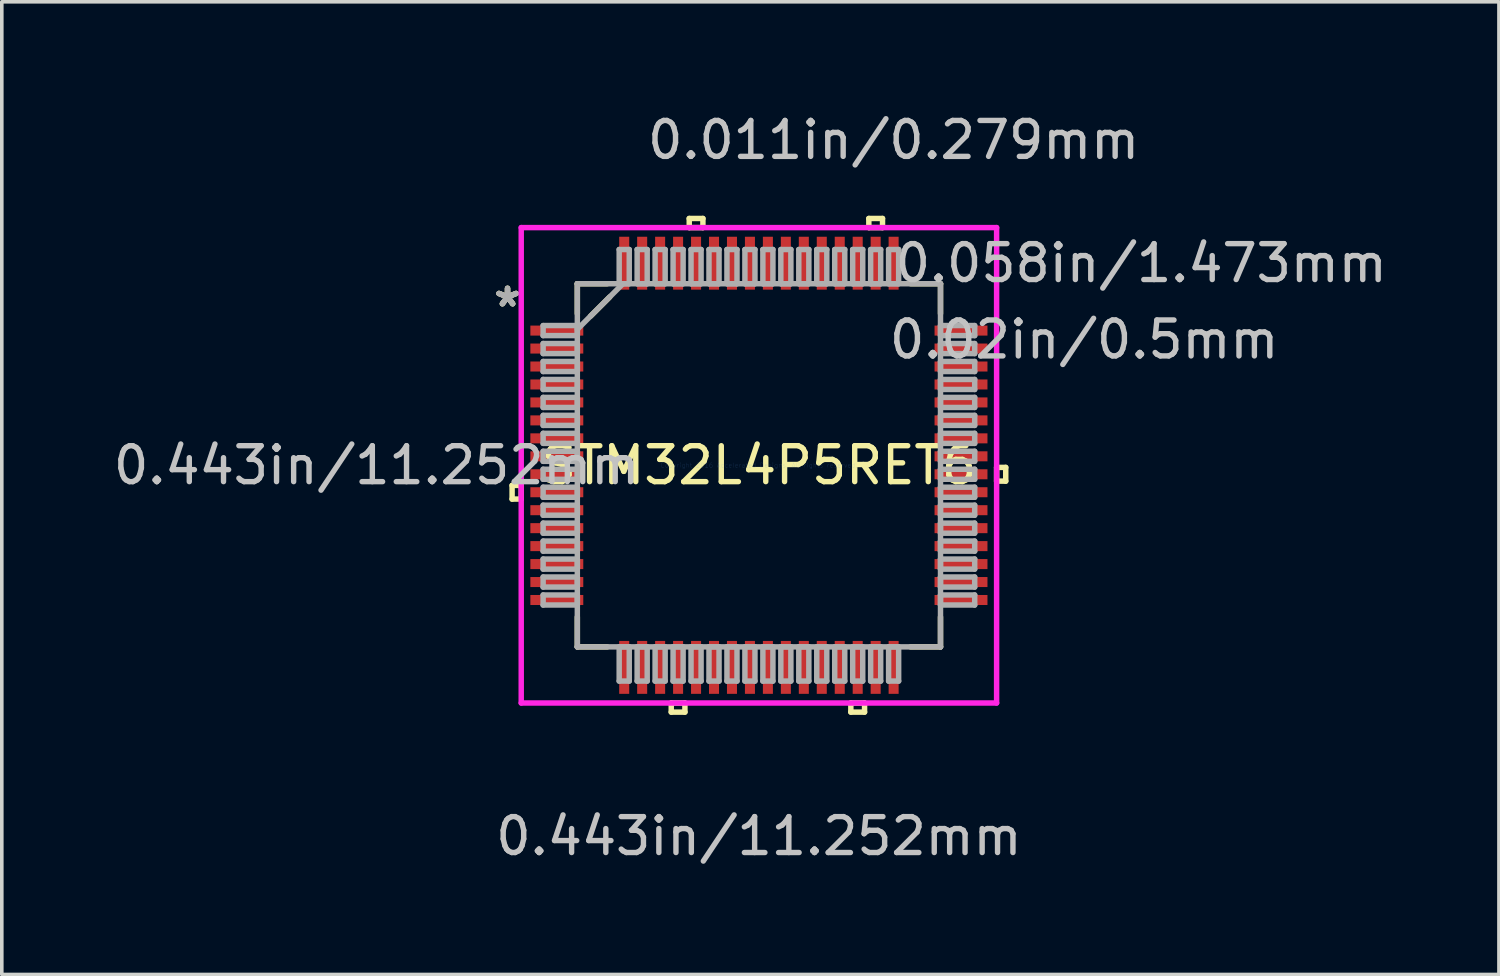
<source format=kicad_pcb>
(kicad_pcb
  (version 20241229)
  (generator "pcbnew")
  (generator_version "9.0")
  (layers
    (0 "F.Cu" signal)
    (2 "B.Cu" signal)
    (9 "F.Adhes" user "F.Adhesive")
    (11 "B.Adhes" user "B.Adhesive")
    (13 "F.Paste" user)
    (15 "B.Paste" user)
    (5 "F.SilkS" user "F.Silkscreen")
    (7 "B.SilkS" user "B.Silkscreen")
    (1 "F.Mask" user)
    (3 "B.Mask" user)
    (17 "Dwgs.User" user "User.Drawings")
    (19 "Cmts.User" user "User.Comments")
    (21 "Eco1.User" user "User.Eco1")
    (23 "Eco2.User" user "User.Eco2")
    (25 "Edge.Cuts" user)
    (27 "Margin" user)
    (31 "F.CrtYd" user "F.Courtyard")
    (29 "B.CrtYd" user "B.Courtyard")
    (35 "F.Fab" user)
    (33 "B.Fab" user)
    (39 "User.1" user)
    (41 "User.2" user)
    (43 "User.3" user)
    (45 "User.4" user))
  (footprint "STM32L4P5RET6"
    (layer "F.Cu")
    (at 18.077 9.903)
    (property "Reference" "STM32L4P5RET6" (at 0 0 0) (layer "F.SilkS") (effects (font (size 1 1) (thickness 0.15))))
    (attr through_hole)
    (fp_line (start -6.871 0.56) (end -6.871 0.941) (stroke (width 0.152) (type solid)) (layer "F.SilkS"))
    (fp_line (start -6.871 0.941) (end -6.617 0.941) (stroke (width 0.152) (type solid)) (layer "F.SilkS"))
    (fp_line (start -6.617 0.56) (end -6.871 0.56) (stroke (width 0.152) (type solid)) (layer "F.SilkS"))
    (fp_line (start -6.617 0.941) (end -6.617 0.56) (stroke (width 0.152) (type solid)) (layer "F.SilkS"))
    (fp_line (start -5.055 -5.055) (end -5.055 -4.222) (stroke (width 0.152) (type solid)) (layer "F.SilkS"))
    (fp_line (start -5.055 4.222) (end -5.055 5.055) (stroke (width 0.152) (type solid)) (layer "F.SilkS"))
    (fp_line (start -5.055 5.055) (end -4.222 5.055) (stroke (width 0.152) (type solid)) (layer "F.SilkS"))
    (fp_line (start -4.686 -4.153) (end -4.153 -4.686) (stroke (width 0.152) (type solid)) (layer "F.SilkS"))
    (fp_line (start -4.222 -5.055) (end -5.055 -5.055) (stroke (width 0.152) (type solid)) (layer "F.SilkS"))
    (fp_line (start -2.441 6.617) (end -2.441 6.871) (stroke (width 0.152) (type solid)) (layer "F.SilkS"))
    (fp_line (start -2.441 6.871) (end -2.06 6.871) (stroke (width 0.152) (type solid)) (layer "F.SilkS"))
    (fp_line (start -2.06 6.617) (end -2.441 6.617) (stroke (width 0.152) (type solid)) (layer "F.SilkS"))
    (fp_line (start -2.06 6.871) (end -2.06 6.617) (stroke (width 0.152) (type solid)) (layer "F.SilkS"))
    (fp_line (start -1.94 -6.871) (end -1.559 -6.871) (stroke (width 0.152) (type solid)) (layer "F.SilkS"))
    (fp_line (start -1.94 -6.617) (end -1.94 -6.871) (stroke (width 0.152) (type solid)) (layer "F.SilkS"))
    (fp_line (start -1.559 -6.871) (end -1.559 -6.617) (stroke (width 0.152) (type solid)) (layer "F.SilkS"))
    (fp_line (start -1.559 -6.617) (end -1.94 -6.617) (stroke (width 0.152) (type solid)) (layer "F.SilkS"))
    (fp_line (start 2.559 6.617) (end 2.559 6.871) (stroke (width 0.152) (type solid)) (layer "F.SilkS"))
    (fp_line (start 2.559 6.871) (end 2.941 6.871) (stroke (width 0.152) (type solid)) (layer "F.SilkS"))
    (fp_line (start 2.941 6.617) (end 2.559 6.617) (stroke (width 0.152) (type solid)) (layer "F.SilkS"))
    (fp_line (start 2.941 6.871) (end 2.941 6.617) (stroke (width 0.152) (type solid)) (layer "F.SilkS"))
    (fp_line (start 3.06 -6.871) (end 3.441 -6.871) (stroke (width 0.152) (type solid)) (layer "F.SilkS"))
    (fp_line (start 3.06 -6.617) (end 3.06 -6.871) (stroke (width 0.152) (type solid)) (layer "F.SilkS"))
    (fp_line (start 3.441 -6.871) (end 3.441 -6.617) (stroke (width 0.152) (type solid)) (layer "F.SilkS"))
    (fp_line (start 3.441 -6.617) (end 3.06 -6.617) (stroke (width 0.152) (type solid)) (layer "F.SilkS"))
    (fp_line (start 4.222 5.055) (end 5.055 5.055) (stroke (width 0.152) (type solid)) (layer "F.SilkS"))
    (fp_line (start 5.055 -5.055) (end 4.222 -5.055) (stroke (width 0.152) (type solid)) (layer "F.SilkS"))
    (fp_line (start 5.055 -4.222) (end 5.055 -5.055) (stroke (width 0.152) (type solid)) (layer "F.SilkS"))
    (fp_line (start 5.055 5.055) (end 5.055 4.222) (stroke (width 0.152) (type solid)) (layer "F.SilkS"))
    (fp_line (start 6.617 0.059) (end 6.871 0.059) (stroke (width 0.152) (type solid)) (layer "F.SilkS"))
    (fp_line (start 6.617 0.441) (end 6.617 0.059) (stroke (width 0.152) (type solid)) (layer "F.SilkS"))
    (fp_line (start 6.871 0.059) (end 6.871 0.441) (stroke (width 0.152) (type solid)) (layer "F.SilkS"))
    (fp_line (start 6.871 0.441) (end 6.617 0.441) (stroke (width 0.152) (type solid)) (layer "F.SilkS"))
    (fp_line (start -6.617 -6.617) (end 6.617 -6.617) (stroke (width 0.152) (type solid)) (layer "F.CrtYd"))
    (fp_line (start -6.617 6.617) (end -6.617 -6.617) (stroke (width 0.152) (type solid)) (layer "F.CrtYd"))
    (fp_line (start 6.617 -6.617) (end 6.617 6.617) (stroke (width 0.152) (type solid)) (layer "F.CrtYd"))
    (fp_line (start 6.617 6.617) (end -6.617 6.617) (stroke (width 0.152) (type solid)) (layer "F.CrtYd"))
    (fp_line (start -6.007 -3.89) (end -6.007 -3.61) (stroke (width 0.152) (type solid)) (layer "F.Fab"))
    (fp_line (start -6.007 -3.61) (end -5.055 -3.61) (stroke (width 0.152) (type solid)) (layer "F.Fab"))
    (fp_line (start -6.007 -3.39) (end -6.007 -3.11) (stroke (width 0.152) (type solid)) (layer "F.Fab"))
    (fp_line (start -6.007 -3.11) (end -5.055 -3.11) (stroke (width 0.152) (type solid)) (layer "F.Fab"))
    (fp_line (start -6.007 -2.89) (end -6.007 -2.61) (stroke (width 0.152) (type solid)) (layer "F.Fab"))
    (fp_line (start -6.007 -2.61) (end -5.055 -2.61) (stroke (width 0.152) (type solid)) (layer "F.Fab"))
    (fp_line (start -6.007 -2.39) (end -6.007 -2.11) (stroke (width 0.152) (type solid)) (layer "F.Fab"))
    (fp_line (start -6.007 -2.11) (end -5.055 -2.11) (stroke (width 0.152) (type solid)) (layer "F.Fab"))
    (fp_line (start -6.007 -1.89) (end -6.007 -1.61) (stroke (width 0.152) (type solid)) (layer "F.Fab"))
    (fp_line (start -6.007 -1.61) (end -5.055 -1.61) (stroke (width 0.152) (type solid)) (layer "F.Fab"))
    (fp_line (start -6.007 -1.39) (end -6.007 -1.11) (stroke (width 0.152) (type solid)) (layer "F.Fab"))
    (fp_line (start -6.007 -1.11) (end -5.055 -1.11) (stroke (width 0.152) (type solid)) (layer "F.Fab"))
    (fp_line (start -6.007 -0.89) (end -6.007 -0.61) (stroke (width 0.152) (type solid)) (layer "F.Fab"))
    (fp_line (start -6.007 -0.61) (end -5.055 -0.61) (stroke (width 0.152) (type solid)) (layer "F.Fab"))
    (fp_line (start -6.007 -0.39) (end -6.007 -0.11) (stroke (width 0.152) (type solid)) (layer "F.Fab"))
    (fp_line (start -6.007 -0.11) (end -5.055 -0.11) (stroke (width 0.152) (type solid)) (layer "F.Fab"))
    (fp_line (start -6.007 0.11) (end -6.007 0.39) (stroke (width 0.152) (type solid)) (layer "F.Fab"))
    (fp_line (start -6.007 0.39) (end -5.055 0.39) (stroke (width 0.152) (type solid)) (layer "F.Fab"))
    (fp_line (start -6.007 0.61) (end -6.007 0.89) (stroke (width 0.152) (type solid)) (layer "F.Fab"))
    (fp_line (start -6.007 0.89) (end -5.055 0.89) (stroke (width 0.152) (type solid)) (layer "F.Fab"))
    (fp_line (start -6.007 1.11) (end -6.007 1.39) (stroke (width 0.152) (type solid)) (layer "F.Fab"))
    (fp_line (start -6.007 1.39) (end -5.055 1.39) (stroke (width 0.152) (type solid)) (layer "F.Fab"))
    (fp_line (start -6.007 1.61) (end -6.007 1.89) (stroke (width 0.152) (type solid)) (layer "F.Fab"))
    (fp_line (start -6.007 1.89) (end -5.055 1.89) (stroke (width 0.152) (type solid)) (layer "F.Fab"))
    (fp_line (start -6.007 2.11) (end -6.007 2.39) (stroke (width 0.152) (type solid)) (layer "F.Fab"))
    (fp_line (start -6.007 2.39) (end -5.055 2.39) (stroke (width 0.152) (type solid)) (layer "F.Fab"))
    (fp_line (start -6.007 2.61) (end -6.007 2.89) (stroke (width 0.152) (type solid)) (layer "F.Fab"))
    (fp_line (start -6.007 2.89) (end -5.055 2.89) (stroke (width 0.152) (type solid)) (layer "F.Fab"))
    (fp_line (start -6.007 3.11) (end -6.007 3.39) (stroke (width 0.152) (type solid)) (layer "F.Fab"))
    (fp_line (start -6.007 3.39) (end -5.055 3.39) (stroke (width 0.152) (type solid)) (layer "F.Fab"))
    (fp_line (start -6.007 3.61) (end -6.007 3.89) (stroke (width 0.152) (type solid)) (layer "F.Fab"))
    (fp_line (start -6.007 3.89) (end -5.055 3.89) (stroke (width 0.152) (type solid)) (layer "F.Fab"))
    (fp_line (start -5.055 -5.055) (end -5.055 -5.055) (stroke (width 0.152) (type solid)) (layer "F.Fab"))
    (fp_line (start -5.055 -5.055) (end -5.055 5.055) (stroke (width 0.152) (type solid)) (layer "F.Fab"))
    (fp_line (start -5.055 -3.89) (end -6.007 -3.89) (stroke (width 0.152) (type solid)) (layer "F.Fab"))
    (fp_line (start -5.055 -3.785) (end -3.785 -5.055) (stroke (width 0.152) (type solid)) (layer "F.Fab"))
    (fp_line (start -5.055 -3.61) (end -5.055 -3.89) (stroke (width 0.152) (type solid)) (layer "F.Fab"))
    (fp_line (start -5.055 -3.39) (end -6.007 -3.39) (stroke (width 0.152) (type solid)) (layer "F.Fab"))
    (fp_line (start -5.055 -3.11) (end -5.055 -3.39) (stroke (width 0.152) (type solid)) (layer "F.Fab"))
    (fp_line (start -5.055 -2.89) (end -6.007 -2.89) (stroke (width 0.152) (type solid)) (layer "F.Fab"))
    (fp_line (start -5.055 -2.61) (end -5.055 -2.89) (stroke (width 0.152) (type solid)) (layer "F.Fab"))
    (fp_line (start -5.055 -2.39) (end -6.007 -2.39) (stroke (width 0.152) (type solid)) (layer "F.Fab"))
    (fp_line (start -5.055 -2.11) (end -5.055 -2.39) (stroke (width 0.152) (type solid)) (layer "F.Fab"))
    (fp_line (start -5.055 -1.89) (end -6.007 -1.89) (stroke (width 0.152) (type solid)) (layer "F.Fab"))
    (fp_line (start -5.055 -1.61) (end -5.055 -1.89) (stroke (width 0.152) (type solid)) (layer "F.Fab"))
    (fp_line (start -5.055 -1.39) (end -6.007 -1.39) (stroke (width 0.152) (type solid)) (layer "F.Fab"))
    (fp_line (start -5.055 -1.11) (end -5.055 -1.39) (stroke (width 0.152) (type solid)) (layer "F.Fab"))
    (fp_line (start -5.055 -0.89) (end -6.007 -0.89) (stroke (width 0.152) (type solid)) (layer "F.Fab"))
    (fp_line (start -5.055 -0.61) (end -5.055 -0.89) (stroke (width 0.152) (type solid)) (layer "F.Fab"))
    (fp_line (start -5.055 -0.39) (end -6.007 -0.39) (stroke (width 0.152) (type solid)) (layer "F.Fab"))
    (fp_line (start -5.055 -0.11) (end -5.055 -0.39) (stroke (width 0.152) (type solid)) (layer "F.Fab"))
    (fp_line (start -5.055 0.11) (end -6.007 0.11) (stroke (width 0.152) (type solid)) (layer "F.Fab"))
    (fp_line (start -5.055 0.39) (end -5.055 0.11) (stroke (width 0.152) (type solid)) (layer "F.Fab"))
    (fp_line (start -5.055 0.61) (end -6.007 0.61) (stroke (width 0.152) (type solid)) (layer "F.Fab"))
    (fp_line (start -5.055 0.89) (end -5.055 0.61) (stroke (width 0.152) (type solid)) (layer "F.Fab"))
    (fp_line (start -5.055 1.11) (end -6.007 1.11) (stroke (width 0.152) (type solid)) (layer "F.Fab"))
    (fp_line (start -5.055 1.39) (end -5.055 1.11) (stroke (width 0.152) (type solid)) (layer "F.Fab"))
    (fp_line (start -5.055 1.61) (end -6.007 1.61) (stroke (width 0.152) (type solid)) (layer "F.Fab"))
    (fp_line (start -5.055 1.89) (end -5.055 1.61) (stroke (width 0.152) (type solid)) (layer "F.Fab"))
    (fp_line (start -5.055 2.11) (end -6.007 2.11) (stroke (width 0.152) (type solid)) (layer "F.Fab"))
    (fp_line (start -5.055 2.39) (end -5.055 2.11) (stroke (width 0.152) (type solid)) (layer "F.Fab"))
    (fp_line (start -5.055 2.61) (end -6.007 2.61) (stroke (width 0.152) (type solid)) (layer "F.Fab"))
    (fp_line (start -5.055 2.89) (end -5.055 2.61) (stroke (width 0.152) (type solid)) (layer "F.Fab"))
    (fp_line (start -5.055 3.11) (end -6.007 3.11) (stroke (width 0.152) (type solid)) (layer "F.Fab"))
    (fp_line (start -5.055 3.39) (end -5.055 3.11) (stroke (width 0.152) (type solid)) (layer "F.Fab"))
    (fp_line (start -5.055 3.61) (end -6.007 3.61) (stroke (width 0.152) (type solid)) (layer "F.Fab"))
    (fp_line (start -5.055 3.89) (end -5.055 3.61) (stroke (width 0.152) (type solid)) (layer "F.Fab"))
    (fp_line (start -5.055 5.055) (end -5.055 5.055) (stroke (width 0.152) (type solid)) (layer "F.Fab"))
    (fp_line (start -5.055 5.055) (end 5.055 5.055) (stroke (width 0.152) (type solid)) (layer "F.Fab"))
    (fp_line (start -3.89 -6.007) (end -3.89 -5.055) (stroke (width 0.152) (type solid)) (layer "F.Fab"))
    (fp_line (start -3.89 -5.055) (end -3.61 -5.055) (stroke (width 0.152) (type solid)) (layer "F.Fab"))
    (fp_line (start -3.89 5.055) (end -3.89 6.007) (stroke (width 0.152) (type solid)) (layer "F.Fab"))
    (fp_line (start -3.89 6.007) (end -3.61 6.007) (stroke (width 0.152) (type solid)) (layer "F.Fab"))
    (fp_line (start -3.61 -6.007) (end -3.89 -6.007) (stroke (width 0.152) (type solid)) (layer "F.Fab"))
    (fp_line (start -3.61 -5.055) (end -3.61 -6.007) (stroke (width 0.152) (type solid)) (layer "F.Fab"))
    (fp_line (start -3.61 5.055) (end -3.89 5.055) (stroke (width 0.152) (type solid)) (layer "F.Fab"))
    (fp_line (start -3.61 6.007) (end -3.61 5.055) (stroke (width 0.152) (type solid)) (layer "F.Fab"))
    (fp_line (start -3.39 -6.007) (end -3.39 -5.055) (stroke (width 0.152) (type solid)) (layer "F.Fab"))
    (fp_line (start -3.39 -5.055) (end -3.11 -5.055) (stroke (width 0.152) (type solid)) (layer "F.Fab"))
    (fp_line (start -3.39 5.055) (end -3.39 6.007) (stroke (width 0.152) (type solid)) (layer "F.Fab"))
    (fp_line (start -3.39 6.007) (end -3.11 6.007) (stroke (width 0.152) (type solid)) (layer "F.Fab"))
    (fp_line (start -3.11 -6.007) (end -3.39 -6.007) (stroke (width 0.152) (type solid)) (layer "F.Fab"))
    (fp_line (start -3.11 -5.055) (end -3.11 -6.007) (stroke (width 0.152) (type solid)) (layer "F.Fab"))
    (fp_line (start -3.11 5.055) (end -3.39 5.055) (stroke (width 0.152) (type solid)) (layer "F.Fab"))
    (fp_line (start -3.11 6.007) (end -3.11 5.055) (stroke (width 0.152) (type solid)) (layer "F.Fab"))
    (fp_line (start -2.89 -6.007) (end -2.89 -5.055) (stroke (width 0.152) (type solid)) (layer "F.Fab"))
    (fp_line (start -2.89 -5.055) (end -2.61 -5.055) (stroke (width 0.152) (type solid)) (layer "F.Fab"))
    (fp_line (start -2.89 5.055) (end -2.89 6.007) (stroke (width 0.152) (type solid)) (layer "F.Fab"))
    (fp_line (start -2.89 6.007) (end -2.61 6.007) (stroke (width 0.152) (type solid)) (layer "F.Fab"))
    (fp_line (start -2.61 -6.007) (end -2.89 -6.007) (stroke (width 0.152) (type solid)) (layer "F.Fab"))
    (fp_line (start -2.61 -5.055) (end -2.61 -6.007) (stroke (width 0.152) (type solid)) (layer "F.Fab"))
    (fp_line (start -2.61 5.055) (end -2.89 5.055) (stroke (width 0.152) (type solid)) (layer "F.Fab"))
    (fp_line (start -2.61 6.007) (end -2.61 5.055) (stroke (width 0.152) (type solid)) (layer "F.Fab"))
    (fp_line (start -2.39 -6.007) (end -2.39 -5.055) (stroke (width 0.152) (type solid)) (layer "F.Fab"))
    (fp_line (start -2.39 -5.055) (end -2.11 -5.055) (stroke (width 0.152) (type solid)) (layer "F.Fab"))
    (fp_line (start -2.39 5.055) (end -2.39 6.007) (stroke (width 0.152) (type solid)) (layer "F.Fab"))
    (fp_line (start -2.39 6.007) (end -2.11 6.007) (stroke (width 0.152) (type solid)) (layer "F.Fab"))
    (fp_line (start -2.11 -6.007) (end -2.39 -6.007) (stroke (width 0.152) (type solid)) (layer "F.Fab"))
    (fp_line (start -2.11 -5.055) (end -2.11 -6.007) (stroke (width 0.152) (type solid)) (layer "F.Fab"))
    (fp_line (start -2.11 5.055) (end -2.39 5.055) (stroke (width 0.152) (type solid)) (layer "F.Fab"))
    (fp_line (start -2.11 6.007) (end -2.11 5.055) (stroke (width 0.152) (type solid)) (layer "F.Fab"))
    (fp_line (start -1.89 -6.007) (end -1.89 -5.055) (stroke (width 0.152) (type solid)) (layer "F.Fab"))
    (fp_line (start -1.89 -5.055) (end -1.61 -5.055) (stroke (width 0.152) (type solid)) (layer "F.Fab"))
    (fp_line (start -1.89 5.055) (end -1.89 6.007) (stroke (width 0.152) (type solid)) (layer "F.Fab"))
    (fp_line (start -1.89 6.007) (end -1.61 6.007) (stroke (width 0.152) (type solid)) (layer "F.Fab"))
    (fp_line (start -1.61 -6.007) (end -1.89 -6.007) (stroke (width 0.152) (type solid)) (layer "F.Fab"))
    (fp_line (start -1.61 -5.055) (end -1.61 -6.007) (stroke (width 0.152) (type solid)) (layer "F.Fab"))
    (fp_line (start -1.61 5.055) (end -1.89 5.055) (stroke (width 0.152) (type solid)) (layer "F.Fab"))
    (fp_line (start -1.61 6.007) (end -1.61 5.055) (stroke (width 0.152) (type solid)) (layer "F.Fab"))
    (fp_line (start -1.39 -6.007) (end -1.39 -5.055) (stroke (width 0.152) (type solid)) (layer "F.Fab"))
    (fp_line (start -1.39 -5.055) (end -1.11 -5.055) (stroke (width 0.152) (type solid)) (layer "F.Fab"))
    (fp_line (start -1.39 5.055) (end -1.39 6.007) (stroke (width 0.152) (type solid)) (layer "F.Fab"))
    (fp_line (start -1.39 6.007) (end -1.11 6.007) (stroke (width 0.152) (type solid)) (layer "F.Fab"))
    (fp_line (start -1.11 -6.007) (end -1.39 -6.007) (stroke (width 0.152) (type solid)) (layer "F.Fab"))
    (fp_line (start -1.11 -5.055) (end -1.11 -6.007) (stroke (width 0.152) (type solid)) (layer "F.Fab"))
    (fp_line (start -1.11 5.055) (end -1.39 5.055) (stroke (width 0.152) (type solid)) (layer "F.Fab"))
    (fp_line (start -1.11 6.007) (end -1.11 5.055) (stroke (width 0.152) (type solid)) (layer "F.Fab"))
    (fp_line (start -0.89 -6.007) (end -0.89 -5.055) (stroke (width 0.152) (type solid)) (layer "F.Fab"))
    (fp_line (start -0.89 -5.055) (end -0.61 -5.055) (stroke (width 0.152) (type solid)) (layer "F.Fab"))
    (fp_line (start -0.89 5.055) (end -0.89 6.007) (stroke (width 0.152) (type solid)) (layer "F.Fab"))
    (fp_line (start -0.89 6.007) (end -0.61 6.007) (stroke (width 0.152) (type solid)) (layer "F.Fab"))
    (fp_line (start -0.61 -6.007) (end -0.89 -6.007) (stroke (width 0.152) (type solid)) (layer "F.Fab"))
    (fp_line (start -0.61 -5.055) (end -0.61 -6.007) (stroke (width 0.152) (type solid)) (layer "F.Fab"))
    (fp_line (start -0.61 5.055) (end -0.89 5.055) (stroke (width 0.152) (type solid)) (layer "F.Fab"))
    (fp_line (start -0.61 6.007) (end -0.61 5.055) (stroke (width 0.152) (type solid)) (layer "F.Fab"))
    (fp_line (start -0.39 -6.007) (end -0.39 -5.055) (stroke (width 0.152) (type solid)) (layer "F.Fab"))
    (fp_line (start -0.39 -5.055) (end -0.11 -5.055) (stroke (width 0.152) (type solid)) (layer "F.Fab"))
    (fp_line (start -0.39 5.055) (end -0.39 6.007) (stroke (width 0.152) (type solid)) (layer "F.Fab"))
    (fp_line (start -0.39 6.007) (end -0.11 6.007) (stroke (width 0.152) (type solid)) (layer "F.Fab"))
    (fp_line (start -0.11 -6.007) (end -0.39 -6.007) (stroke (width 0.152) (type solid)) (layer "F.Fab"))
    (fp_line (start -0.11 -5.055) (end -0.11 -6.007) (stroke (width 0.152) (type solid)) (layer "F.Fab"))
    (fp_line (start -0.11 5.055) (end -0.39 5.055) (stroke (width 0.152) (type solid)) (layer "F.Fab"))
    (fp_line (start -0.11 6.007) (end -0.11 5.055) (stroke (width 0.152) (type solid)) (layer "F.Fab"))
    (fp_line (start 0.11 -6.007) (end 0.11 -5.055) (stroke (width 0.152) (type solid)) (layer "F.Fab"))
    (fp_line (start 0.11 -5.055) (end 0.39 -5.055) (stroke (width 0.152) (type solid)) (layer "F.Fab"))
    (fp_line (start 0.11 5.055) (end 0.11 6.007) (stroke (width 0.152) (type solid)) (layer "F.Fab"))
    (fp_line (start 0.11 6.007) (end 0.39 6.007) (stroke (width 0.152) (type solid)) (layer "F.Fab"))
    (fp_line (start 0.39 -6.007) (end 0.11 -6.007) (stroke (width 0.152) (type solid)) (layer "F.Fab"))
    (fp_line (start 0.39 -5.055) (end 0.39 -6.007) (stroke (width 0.152) (type solid)) (layer "F.Fab"))
    (fp_line (start 0.39 5.055) (end 0.11 5.055) (stroke (width 0.152) (type solid)) (layer "F.Fab"))
    (fp_line (start 0.39 6.007) (end 0.39 5.055) (stroke (width 0.152) (type solid)) (layer "F.Fab"))
    (fp_line (start 0.61 -6.007) (end 0.61 -5.055) (stroke (width 0.152) (type solid)) (layer "F.Fab"))
    (fp_line (start 0.61 -5.055) (end 0.89 -5.055) (stroke (width 0.152) (type solid)) (layer "F.Fab"))
    (fp_line (start 0.61 5.055) (end 0.61 6.007) (stroke (width 0.152) (type solid)) (layer "F.Fab"))
    (fp_line (start 0.61 6.007) (end 0.89 6.007) (stroke (width 0.152) (type solid)) (layer "F.Fab"))
    (fp_line (start 0.89 -6.007) (end 0.61 -6.007) (stroke (width 0.152) (type solid)) (layer "F.Fab"))
    (fp_line (start 0.89 -5.055) (end 0.89 -6.007) (stroke (width 0.152) (type solid)) (layer "F.Fab"))
    (fp_line (start 0.89 5.055) (end 0.61 5.055) (stroke (width 0.152) (type solid)) (layer "F.Fab"))
    (fp_line (start 0.89 6.007) (end 0.89 5.055) (stroke (width 0.152) (type solid)) (layer "F.Fab"))
    (fp_line (start 1.11 -6.007) (end 1.11 -5.055) (stroke (width 0.152) (type solid)) (layer "F.Fab"))
    (fp_line (start 1.11 -5.055) (end 1.39 -5.055) (stroke (width 0.152) (type solid)) (layer "F.Fab"))
    (fp_line (start 1.11 5.055) (end 1.11 6.007) (stroke (width 0.152) (type solid)) (layer "F.Fab"))
    (fp_line (start 1.11 6.007) (end 1.39 6.007) (stroke (width 0.152) (type solid)) (layer "F.Fab"))
    (fp_line (start 1.39 -6.007) (end 1.11 -6.007) (stroke (width 0.152) (type solid)) (layer "F.Fab"))
    (fp_line (start 1.39 -5.055) (end 1.39 -6.007) (stroke (width 0.152) (type solid)) (layer "F.Fab"))
    (fp_line (start 1.39 5.055) (end 1.11 5.055) (stroke (width 0.152) (type solid)) (layer "F.Fab"))
    (fp_line (start 1.39 6.007) (end 1.39 5.055) (stroke (width 0.152) (type solid)) (layer "F.Fab"))
    (fp_line (start 1.61 -6.007) (end 1.61 -5.055) (stroke (width 0.152) (type solid)) (layer "F.Fab"))
    (fp_line (start 1.61 -5.055) (end 1.89 -5.055) (stroke (width 0.152) (type solid)) (layer "F.Fab"))
    (fp_line (start 1.61 5.055) (end 1.61 6.007) (stroke (width 0.152) (type solid)) (layer "F.Fab"))
    (fp_line (start 1.61 6.007) (end 1.89 6.007) (stroke (width 0.152) (type solid)) (layer "F.Fab"))
    (fp_line (start 1.89 -6.007) (end 1.61 -6.007) (stroke (width 0.152) (type solid)) (layer "F.Fab"))
    (fp_line (start 1.89 -5.055) (end 1.89 -6.007) (stroke (width 0.152) (type solid)) (layer "F.Fab"))
    (fp_line (start 1.89 5.055) (end 1.61 5.055) (stroke (width 0.152) (type solid)) (layer "F.Fab"))
    (fp_line (start 1.89 6.007) (end 1.89 5.055) (stroke (width 0.152) (type solid)) (layer "F.Fab"))
    (fp_line (start 2.11 -6.007) (end 2.11 -5.055) (stroke (width 0.152) (type solid)) (layer "F.Fab"))
    (fp_line (start 2.11 -5.055) (end 2.39 -5.055) (stroke (width 0.152) (type solid)) (layer "F.Fab"))
    (fp_line (start 2.11 5.055) (end 2.11 6.007) (stroke (width 0.152) (type solid)) (layer "F.Fab"))
    (fp_line (start 2.11 6.007) (end 2.39 6.007) (stroke (width 0.152) (type solid)) (layer "F.Fab"))
    (fp_line (start 2.39 -6.007) (end 2.11 -6.007) (stroke (width 0.152) (type solid)) (layer "F.Fab"))
    (fp_line (start 2.39 -5.055) (end 2.39 -6.007) (stroke (width 0.152) (type solid)) (layer "F.Fab"))
    (fp_line (start 2.39 5.055) (end 2.11 5.055) (stroke (width 0.152) (type solid)) (layer "F.Fab"))
    (fp_line (start 2.39 6.007) (end 2.39 5.055) (stroke (width 0.152) (type solid)) (layer "F.Fab"))
    (fp_line (start 2.61 -6.007) (end 2.61 -5.055) (stroke (width 0.152) (type solid)) (layer "F.Fab"))
    (fp_line (start 2.61 -5.055) (end 2.89 -5.055) (stroke (width 0.152) (type solid)) (layer "F.Fab"))
    (fp_line (start 2.61 5.055) (end 2.61 6.007) (stroke (width 0.152) (type solid)) (layer "F.Fab"))
    (fp_line (start 2.61 6.007) (end 2.89 6.007) (stroke (width 0.152) (type solid)) (layer "F.Fab"))
    (fp_line (start 2.89 -6.007) (end 2.61 -6.007) (stroke (width 0.152) (type solid)) (layer "F.Fab"))
    (fp_line (start 2.89 -5.055) (end 2.89 -6.007) (stroke (width 0.152) (type solid)) (layer "F.Fab"))
    (fp_line (start 2.89 5.055) (end 2.61 5.055) (stroke (width 0.152) (type solid)) (layer "F.Fab"))
    (fp_line (start 2.89 6.007) (end 2.89 5.055) (stroke (width 0.152) (type solid)) (layer "F.Fab"))
    (fp_line (start 3.11 -6.007) (end 3.11 -5.055) (stroke (width 0.152) (type solid)) (layer "F.Fab"))
    (fp_line (start 3.11 -5.055) (end 3.39 -5.055) (stroke (width 0.152) (type solid)) (layer "F.Fab"))
    (fp_line (start 3.11 5.055) (end 3.11 6.007) (stroke (width 0.152) (type solid)) (layer "F.Fab"))
    (fp_line (start 3.11 6.007) (end 3.39 6.007) (stroke (width 0.152) (type solid)) (layer "F.Fab"))
    (fp_line (start 3.39 -6.007) (end 3.11 -6.007) (stroke (width 0.152) (type solid)) (layer "F.Fab"))
    (fp_line (start 3.39 -5.055) (end 3.39 -6.007) (stroke (width 0.152) (type solid)) (layer "F.Fab"))
    (fp_line (start 3.39 5.055) (end 3.11 5.055) (stroke (width 0.152) (type solid)) (layer "F.Fab"))
    (fp_line (start 3.39 6.007) (end 3.39 5.055) (stroke (width 0.152) (type solid)) (layer "F.Fab"))
    (fp_line (start 3.61 -6.007) (end 3.61 -5.055) (stroke (width 0.152) (type solid)) (layer "F.Fab"))
    (fp_line (start 3.61 -5.055) (end 3.89 -5.055) (stroke (width 0.152) (type solid)) (layer "F.Fab"))
    (fp_line (start 3.61 5.055) (end 3.61 6.007) (stroke (width 0.152) (type solid)) (layer "F.Fab"))
    (fp_line (start 3.61 6.007) (end 3.89 6.007) (stroke (width 0.152) (type solid)) (layer "F.Fab"))
    (fp_line (start 3.89 -6.007) (end 3.61 -6.007) (stroke (width 0.152) (type solid)) (layer "F.Fab"))
    (fp_line (start 3.89 -5.055) (end 3.89 -6.007) (stroke (width 0.152) (type solid)) (layer "F.Fab"))
    (fp_line (start 3.89 5.055) (end 3.61 5.055) (stroke (width 0.152) (type solid)) (layer "F.Fab"))
    (fp_line (start 3.89 6.007) (end 3.89 5.055) (stroke (width 0.152) (type solid)) (layer "F.Fab"))
    (fp_line (start 5.055 -5.055) (end -5.055 -5.055) (stroke (width 0.152) (type solid)) (layer "F.Fab"))
    (fp_line (start 5.055 -5.055) (end 5.055 -5.055) (stroke (width 0.152) (type solid)) (layer "F.Fab"))
    (fp_line (start 5.055 -3.89) (end 5.055 -3.61) (stroke (width 0.152) (type solid)) (layer "F.Fab"))
    (fp_line (start 5.055 -3.61) (end 6.007 -3.61) (stroke (width 0.152) (type solid)) (layer "F.Fab"))
    (fp_line (start 5.055 -3.39) (end 5.055 -3.11) (stroke (width 0.152) (type solid)) (layer "F.Fab"))
    (fp_line (start 5.055 -3.11) (end 6.007 -3.11) (stroke (width 0.152) (type solid)) (layer "F.Fab"))
    (fp_line (start 5.055 -2.89) (end 5.055 -2.61) (stroke (width 0.152) (type solid)) (layer "F.Fab"))
    (fp_line (start 5.055 -2.61) (end 6.007 -2.61) (stroke (width 0.152) (type solid)) (layer "F.Fab"))
    (fp_line (start 5.055 -2.39) (end 5.055 -2.11) (stroke (width 0.152) (type solid)) (layer "F.Fab"))
    (fp_line (start 5.055 -2.11) (end 6.007 -2.11) (stroke (width 0.152) (type solid)) (layer "F.Fab"))
    (fp_line (start 5.055 -1.89) (end 5.055 -1.61) (stroke (width 0.152) (type solid)) (layer "F.Fab"))
    (fp_line (start 5.055 -1.61) (end 6.007 -1.61) (stroke (width 0.152) (type solid)) (layer "F.Fab"))
    (fp_line (start 5.055 -1.39) (end 5.055 -1.11) (stroke (width 0.152) (type solid)) (layer "F.Fab"))
    (fp_line (start 5.055 -1.11) (end 6.007 -1.11) (stroke (width 0.152) (type solid)) (layer "F.Fab"))
    (fp_line (start 5.055 -0.89) (end 5.055 -0.61) (stroke (width 0.152) (type solid)) (layer "F.Fab"))
    (fp_line (start 5.055 -0.61) (end 6.007 -0.61) (stroke (width 0.152) (type solid)) (layer "F.Fab"))
    (fp_line (start 5.055 -0.39) (end 5.055 -0.11) (stroke (width 0.152) (type solid)) (layer "F.Fab"))
    (fp_line (start 5.055 -0.11) (end 6.007 -0.11) (stroke (width 0.152) (type solid)) (layer "F.Fab"))
    (fp_line (start 5.055 0.11) (end 5.055 0.39) (stroke (width 0.152) (type solid)) (layer "F.Fab"))
    (fp_line (start 5.055 0.39) (end 6.007 0.39) (stroke (width 0.152) (type solid)) (layer "F.Fab"))
    (fp_line (start 5.055 0.61) (end 5.055 0.89) (stroke (width 0.152) (type solid)) (layer "F.Fab"))
    (fp_line (start 5.055 0.89) (end 6.007 0.89) (stroke (width 0.152) (type solid)) (layer "F.Fab"))
    (fp_line (start 5.055 1.11) (end 5.055 1.39) (stroke (width 0.152) (type solid)) (layer "F.Fab"))
    (fp_line (start 5.055 1.39) (end 6.007 1.39) (stroke (width 0.152) (type solid)) (layer "F.Fab"))
    (fp_line (start 5.055 1.61) (end 5.055 1.89) (stroke (width 0.152) (type solid)) (layer "F.Fab"))
    (fp_line (start 5.055 1.89) (end 6.007 1.89) (stroke (width 0.152) (type solid)) (layer "F.Fab"))
    (fp_line (start 5.055 2.11) (end 5.055 2.39) (stroke (width 0.152) (type solid)) (layer "F.Fab"))
    (fp_line (start 5.055 2.39) (end 6.007 2.39) (stroke (width 0.152) (type solid)) (layer "F.Fab"))
    (fp_line (start 5.055 2.61) (end 5.055 2.89) (stroke (width 0.152) (type solid)) (layer "F.Fab"))
    (fp_line (start 5.055 2.89) (end 6.007 2.89) (stroke (width 0.152) (type solid)) (layer "F.Fab"))
    (fp_line (start 5.055 3.11) (end 5.055 3.39) (stroke (width 0.152) (type solid)) (layer "F.Fab"))
    (fp_line (start 5.055 3.39) (end 6.007 3.39) (stroke (width 0.152) (type solid)) (layer "F.Fab"))
    (fp_line (start 5.055 3.61) (end 5.055 3.89) (stroke (width 0.152) (type solid)) (layer "F.Fab"))
    (fp_line (start 5.055 3.89) (end 6.007 3.89) (stroke (width 0.152) (type solid)) (layer "F.Fab"))
    (fp_line (start 5.055 5.055) (end 5.055 -5.055) (stroke (width 0.152) (type solid)) (layer "F.Fab"))
    (fp_line (start 5.055 5.055) (end 5.055 5.055) (stroke (width 0.152) (type solid)) (layer "F.Fab"))
    (fp_line (start 6.007 -3.89) (end 5.055 -3.89) (stroke (width 0.152) (type solid)) (layer "F.Fab"))
    (fp_line (start 6.007 -3.61) (end 6.007 -3.89) (stroke (width 0.152) (type solid)) (layer "F.Fab"))
    (fp_line (start 6.007 -3.39) (end 5.055 -3.39) (stroke (width 0.152) (type solid)) (layer "F.Fab"))
    (fp_line (start 6.007 -3.11) (end 6.007 -3.39) (stroke (width 0.152) (type solid)) (layer "F.Fab"))
    (fp_line (start 6.007 -2.89) (end 5.055 -2.89) (stroke (width 0.152) (type solid)) (layer "F.Fab"))
    (fp_line (start 6.007 -2.61) (end 6.007 -2.89) (stroke (width 0.152) (type solid)) (layer "F.Fab"))
    (fp_line (start 6.007 -2.39) (end 5.055 -2.39) (stroke (width 0.152) (type solid)) (layer "F.Fab"))
    (fp_line (start 6.007 -2.11) (end 6.007 -2.39) (stroke (width 0.152) (type solid)) (layer "F.Fab"))
    (fp_line (start 6.007 -1.89) (end 5.055 -1.89) (stroke (width 0.152) (type solid)) (layer "F.Fab"))
    (fp_line (start 6.007 -1.61) (end 6.007 -1.89) (stroke (width 0.152) (type solid)) (layer "F.Fab"))
    (fp_line (start 6.007 -1.39) (end 5.055 -1.39) (stroke (width 0.152) (type solid)) (layer "F.Fab"))
    (fp_line (start 6.007 -1.11) (end 6.007 -1.39) (stroke (width 0.152) (type solid)) (layer "F.Fab"))
    (fp_line (start 6.007 -0.89) (end 5.055 -0.89) (stroke (width 0.152) (type solid)) (layer "F.Fab"))
    (fp_line (start 6.007 -0.61) (end 6.007 -0.89) (stroke (width 0.152) (type solid)) (layer "F.Fab"))
    (fp_line (start 6.007 -0.39) (end 5.055 -0.39) (stroke (width 0.152) (type solid)) (layer "F.Fab"))
    (fp_line (start 6.007 -0.11) (end 6.007 -0.39) (stroke (width 0.152) (type solid)) (layer "F.Fab"))
    (fp_line (start 6.007 0.11) (end 5.055 0.11) (stroke (width 0.152) (type solid)) (layer "F.Fab"))
    (fp_line (start 6.007 0.39) (end 6.007 0.11) (stroke (width 0.152) (type solid)) (layer "F.Fab"))
    (fp_line (start 6.007 0.61) (end 5.055 0.61) (stroke (width 0.152) (type solid)) (layer "F.Fab"))
    (fp_line (start 6.007 0.89) (end 6.007 0.61) (stroke (width 0.152) (type solid)) (layer "F.Fab"))
    (fp_line (start 6.007 1.11) (end 5.055 1.11) (stroke (width 0.152) (type solid)) (layer "F.Fab"))
    (fp_line (start 6.007 1.39) (end 6.007 1.11) (stroke (width 0.152) (type solid)) (layer "F.Fab"))
    (fp_line (start 6.007 1.61) (end 5.055 1.61) (stroke (width 0.152) (type solid)) (layer "F.Fab"))
    (fp_line (start 6.007 1.89) (end 6.007 1.61) (stroke (width 0.152) (type solid)) (layer "F.Fab"))
    (fp_line (start 6.007 2.11) (end 5.055 2.11) (stroke (width 0.152) (type solid)) (layer "F.Fab"))
    (fp_line (start 6.007 2.39) (end 6.007 2.11) (stroke (width 0.152) (type solid)) (layer "F.Fab"))
    (fp_line (start 6.007 2.61) (end 5.055 2.61) (stroke (width 0.152) (type solid)) (layer "F.Fab"))
    (fp_line (start 6.007 2.89) (end 6.007 2.61) (stroke (width 0.152) (type solid)) (layer "F.Fab"))
    (fp_line (start 6.007 3.11) (end 5.055 3.11) (stroke (width 0.152) (type solid)) (layer "F.Fab"))
    (fp_line (start 6.007 3.39) (end 6.007 3.11) (stroke (width 0.152) (type solid)) (layer "F.Fab"))
    (fp_line (start 6.007 3.61) (end 5.055 3.61) (stroke (width 0.152) (type solid)) (layer "F.Fab"))
    (fp_line (start 6.007 3.89) (end 6.007 3.61) (stroke (width 0.152) (type solid)) (layer "F.Fab"))
    (fp_text user "*" (at -6.998 -4.381 0) (layer "F.SilkS") (effects (font (size 1 1) (thickness 0.15))))
    (fp_text user "*" (at -6.998 -4.381 0) (layer "F.SilkS") (effects (font (size 1 1) (thickness 0.15))))
    (fp_text user "0.443in/11.252mm" (at -10.643 0 0) (layer "Dwgs.User") (effects (font (size 1 1) (thickness 0.15))))
    (fp_text user "0.443in/11.252mm" (at 0 10.325 0) (layer "Dwgs.User") (effects (font (size 1 1) (thickness 0.15))))
    (fp_text user "0.058in/1.473mm" (at 10.643 -5.626 0) (layer "Dwgs.User") (effects (font (size 1 1) (thickness 0.15))))
    (fp_text user "0.02in/0.5mm" (at 9.055 -3.5 0) (layer "Dwgs.User") (effects (font (size 1 1) (thickness 0.15))))
    (fp_text user "0.011in/0.279mm" (at 3.75 -9.055 0) (layer "Dwgs.User") (effects (font (size 1 1) (thickness 0.15))))
    (fp_text user "Copyright 2016 Accelerated Designs. All rights reserved." (at 0 0 0) (layer "Cmts.User") (effects (font (size 0.127 0.127) (thickness 0.002))))
    (fp_text user "*" (at -6.998 -4.381 0) (layer "F.Fab") (effects (font (size 1 1) (thickness 0.15))))
    (fp_text user "*" (at -6.998 -4.381 0) (layer "F.Fab") (effects (font (size 1 1) (thickness 0.15))))
    (pad "1" smd rect (at -5.626 -3.75 90) (size 0.279 1.473) (layers "F.Cu" "F.Mask" "F.Paste"))
    (pad "2" smd rect (at -5.626 -3.25 90) (size 0.279 1.473) (layers "F.Cu" "F.Mask" "F.Paste"))
    (pad "3" smd rect (at -5.626 -2.75 90) (size 0.279 1.473) (layers "F.Cu" "F.Mask" "F.Paste"))
    (pad "4" smd rect (at -5.626 -2.25 90) (size 0.279 1.473) (layers "F.Cu" "F.Mask" "F.Paste"))
    (pad "5" smd rect (at -5.626 -1.75 90) (size 0.279 1.473) (layers "F.Cu" "F.Mask" "F.Paste"))
    (pad "6" smd rect (at -5.626 -1.25 90) (size 0.279 1.473) (layers "F.Cu" "F.Mask" "F.Paste"))
    (pad "7" smd rect (at -5.626 -0.75 90) (size 0.279 1.473) (layers "F.Cu" "F.Mask" "F.Paste"))
    (pad "8" smd rect (at -5.626 -0.25 90) (size 0.279 1.473) (layers "F.Cu" "F.Mask" "F.Paste"))
    (pad "9" smd rect (at -5.626 0.25 90) (size 0.279 1.473) (layers "F.Cu" "F.Mask" "F.Paste"))
    (pad "10" smd rect (at -5.626 0.75 90) (size 0.279 1.473) (layers "F.Cu" "F.Mask" "F.Paste"))
    (pad "11" smd rect (at -5.626 1.25 90) (size 0.279 1.473) (layers "F.Cu" "F.Mask" "F.Paste"))
    (pad "12" smd rect (at -5.626 1.75 90) (size 0.279 1.473) (layers "F.Cu" "F.Mask" "F.Paste"))
    (pad "13" smd rect (at -5.626 2.25 90) (size 0.279 1.473) (layers "F.Cu" "F.Mask" "F.Paste"))
    (pad "14" smd rect (at -5.626 2.75 90) (size 0.279 1.473) (layers "F.Cu" "F.Mask" "F.Paste"))
    (pad "15" smd rect (at -5.626 3.25 90) (size 0.279 1.473) (layers "F.Cu" "F.Mask" "F.Paste"))
    (pad "16" smd rect (at -5.626 3.75 90) (size 0.279 1.473) (layers "F.Cu" "F.Mask" "F.Paste"))
    (pad "17" smd rect (at -3.75 5.626) (size 0.279 1.473) (layers "F.Cu" "F.Mask" "F.Paste"))
    (pad "18" smd rect (at -3.25 5.626) (size 0.279 1.473) (layers "F.Cu" "F.Mask" "F.Paste"))
    (pad "19" smd rect (at -2.75 5.626) (size 0.279 1.473) (layers "F.Cu" "F.Mask" "F.Paste"))
    (pad "20" smd rect (at -2.25 5.626) (size 0.279 1.473) (layers "F.Cu" "F.Mask" "F.Paste"))
    (pad "21" smd rect (at -1.75 5.626) (size 0.279 1.473) (layers "F.Cu" "F.Mask" "F.Paste"))
    (pad "22" smd rect (at -1.25 5.626) (size 0.279 1.473) (layers "F.Cu" "F.Mask" "F.Paste"))
    (pad "23" smd rect (at -0.75 5.626) (size 0.279 1.473) (layers "F.Cu" "F.Mask" "F.Paste"))
    (pad "24" smd rect (at -0.25 5.626) (size 0.279 1.473) (layers "F.Cu" "F.Mask" "F.Paste"))
    (pad "25" smd rect (at 0.25 5.626) (size 0.279 1.473) (layers "F.Cu" "F.Mask" "F.Paste"))
    (pad "26" smd rect (at 0.75 5.626) (size 0.279 1.473) (layers "F.Cu" "F.Mask" "F.Paste"))
    (pad "27" smd rect (at 1.25 5.626) (size 0.279 1.473) (layers "F.Cu" "F.Mask" "F.Paste"))
    (pad "28" smd rect (at 1.75 5.626) (size 0.279 1.473) (layers "F.Cu" "F.Mask" "F.Paste"))
    (pad "29" smd rect (at 2.25 5.626) (size 0.279 1.473) (layers "F.Cu" "F.Mask" "F.Paste"))
    (pad "30" smd rect (at 2.75 5.626) (size 0.279 1.473) (layers "F.Cu" "F.Mask" "F.Paste"))
    (pad "31" smd rect (at 3.25 5.626) (size 0.279 1.473) (layers "F.Cu" "F.Mask" "F.Paste"))
    (pad "32" smd rect (at 3.75 5.626) (size 0.279 1.473) (layers "F.Cu" "F.Mask" "F.Paste"))
    (pad "33" smd rect (at 5.626 3.75 90) (size 0.279 1.473) (layers "F.Cu" "F.Mask" "F.Paste"))
    (pad "34" smd rect (at 5.626 3.25 90) (size 0.279 1.473) (layers "F.Cu" "F.Mask" "F.Paste"))
    (pad "35" smd rect (at 5.626 2.75 90) (size 0.279 1.473) (layers "F.Cu" "F.Mask" "F.Paste"))
    (pad "36" smd rect (at 5.626 2.25 90) (size 0.279 1.473) (layers "F.Cu" "F.Mask" "F.Paste"))
    (pad "37" smd rect (at 5.626 1.75 90) (size 0.279 1.473) (layers "F.Cu" "F.Mask" "F.Paste"))
    (pad "38" smd rect (at 5.626 1.25 90) (size 0.279 1.473) (layers "F.Cu" "F.Mask" "F.Paste"))
    (pad "39" smd rect (at 5.626 0.75 90) (size 0.279 1.473) (layers "F.Cu" "F.Mask" "F.Paste"))
    (pad "40" smd rect (at 5.626 0.25 90) (size 0.279 1.473) (layers "F.Cu" "F.Mask" "F.Paste"))
    (pad "41" smd rect (at 5.626 -0.25 90) (size 0.279 1.473) (layers "F.Cu" "F.Mask" "F.Paste"))
    (pad "42" smd rect (at 5.626 -0.75 90) (size 0.279 1.473) (layers "F.Cu" "F.Mask" "F.Paste"))
    (pad "43" smd rect (at 5.626 -1.25 90) (size 0.279 1.473) (layers "F.Cu" "F.Mask" "F.Paste"))
    (pad "44" smd rect (at 5.626 -1.75 90) (size 0.279 1.473) (layers "F.Cu" "F.Mask" "F.Paste"))
    (pad "45" smd rect (at 5.626 -2.25 90) (size 0.279 1.473) (layers "F.Cu" "F.Mask" "F.Paste"))
    (pad "46" smd rect (at 5.626 -2.75 90) (size 0.279 1.473) (layers "F.Cu" "F.Mask" "F.Paste"))
    (pad "47" smd rect (at 5.626 -3.25 90) (size 0.279 1.473) (layers "F.Cu" "F.Mask" "F.Paste"))
    (pad "48" smd rect (at 5.626 -3.75 90) (size 0.279 1.473) (layers "F.Cu" "F.Mask" "F.Paste"))
    (pad "49" smd rect (at 3.75 -5.626) (size 0.279 1.473) (layers "F.Cu" "F.Mask" "F.Paste"))
    (pad "50" smd rect (at 3.25 -5.626) (size 0.279 1.473) (layers "F.Cu" "F.Mask" "F.Paste"))
    (pad "51" smd rect (at 2.75 -5.626) (size 0.279 1.473) (layers "F.Cu" "F.Mask" "F.Paste"))
    (pad "52" smd rect (at 2.25 -5.626) (size 0.279 1.473) (layers "F.Cu" "F.Mask" "F.Paste"))
    (pad "53" smd rect (at 1.75 -5.626) (size 0.279 1.473) (layers "F.Cu" "F.Mask" "F.Paste"))
    (pad "54" smd rect (at 1.25 -5.626) (size 0.279 1.473) (layers "F.Cu" "F.Mask" "F.Paste"))
    (pad "55" smd rect (at 0.75 -5.626) (size 0.279 1.473) (layers "F.Cu" "F.Mask" "F.Paste"))
    (pad "56" smd rect (at 0.25 -5.626) (size 0.279 1.473) (layers "F.Cu" "F.Mask" "F.Paste"))
    (pad "57" smd rect (at -0.25 -5.626) (size 0.279 1.473) (layers "F.Cu" "F.Mask" "F.Paste"))
    (pad "58" smd rect (at -0.75 -5.626) (size 0.279 1.473) (layers "F.Cu" "F.Mask" "F.Paste"))
    (pad "59" smd rect (at -1.25 -5.626) (size 0.279 1.473) (layers "F.Cu" "F.Mask" "F.Paste"))
    (pad "60" smd rect (at -1.75 -5.626) (size 0.279 1.473) (layers "F.Cu" "F.Mask" "F.Paste"))
    (pad "61" smd rect (at -2.25 -5.626) (size 0.279 1.473) (layers "F.Cu" "F.Mask" "F.Paste"))
    (pad "62" smd rect (at -2.75 -5.626) (size 0.279 1.473) (layers "F.Cu" "F.Mask" "F.Paste"))
    (pad "63" smd rect (at -3.25 -5.626) (size 0.279 1.473) (layers "F.Cu" "F.Mask" "F.Paste"))
    (pad "64" smd rect (at -3.75 -5.626) (size 0.279 1.473) (layers "F.Cu" "F.Mask" "F.Paste")))
  (gr_rect
    (start -3 -3)
    (end 38.678 24.077)
    (stroke (width 0.1) (type default))
    (fill no)
    (layer "Edge.Cuts")))
</source>
